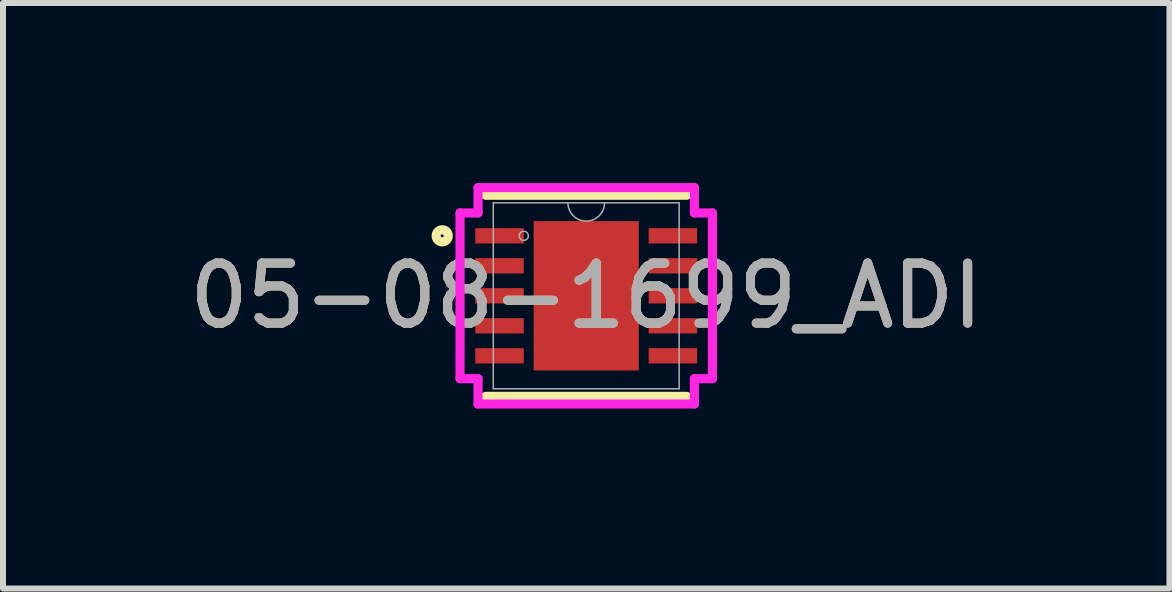
<source format=kicad_pcb>
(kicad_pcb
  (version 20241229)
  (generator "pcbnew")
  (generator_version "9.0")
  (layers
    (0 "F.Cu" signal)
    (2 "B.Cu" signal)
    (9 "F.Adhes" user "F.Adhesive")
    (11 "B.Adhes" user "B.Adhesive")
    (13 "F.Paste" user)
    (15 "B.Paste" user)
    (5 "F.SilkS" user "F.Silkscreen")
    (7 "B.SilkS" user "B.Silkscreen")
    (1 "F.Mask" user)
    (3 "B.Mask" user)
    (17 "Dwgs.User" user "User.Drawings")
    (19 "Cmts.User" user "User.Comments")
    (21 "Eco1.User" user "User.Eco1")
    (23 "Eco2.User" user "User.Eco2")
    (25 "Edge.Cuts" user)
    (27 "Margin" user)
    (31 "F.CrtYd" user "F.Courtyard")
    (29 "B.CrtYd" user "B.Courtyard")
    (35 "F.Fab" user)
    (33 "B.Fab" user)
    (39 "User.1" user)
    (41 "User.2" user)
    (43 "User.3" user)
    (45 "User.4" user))
  (footprint "05-08-1699_ADI"
    (layer "F.Cu")
    (at 6.72 1.88)
    (property "Reference" "05-08-1699_ADI" (at 0 0 0) (unlocked yes) (layer "F.SilkS") (effects (font (size 1 1) (thickness 0.15))))
    (attr smd)
    (fp_line (start -1.676 1.676) (end 1.676 1.676) (stroke (width 0.152) (type solid)) (layer "F.SilkS"))
    (fp_line (start 1.676 -1.676) (end -1.676 -1.676) (stroke (width 0.152) (type solid)) (layer "F.SilkS"))
    (fp_circle (center -2.4 -1) (end -2.299 -1) (stroke (width 0.152) (type solid)) (fill no) (layer "F.SilkS"))
    (fp_line (start -2.103 -1.381) (end -1.803 -1.381) (stroke (width 0.152) (type solid)) (layer "F.CrtYd"))
    (fp_line (start -2.103 1.381) (end -2.103 -1.381) (stroke (width 0.152) (type solid)) (layer "F.CrtYd"))
    (fp_line (start -2.103 1.381) (end -1.803 1.381) (stroke (width 0.152) (type solid)) (layer "F.CrtYd"))
    (fp_line (start -1.803 -1.803) (end 1.803 -1.803) (stroke (width 0.152) (type solid)) (layer "F.CrtYd"))
    (fp_line (start -1.803 -1.381) (end -1.803 -1.803) (stroke (width 0.152) (type solid)) (layer "F.CrtYd"))
    (fp_line (start -1.803 1.803) (end -1.803 1.381) (stroke (width 0.152) (type solid)) (layer "F.CrtYd"))
    (fp_line (start 1.803 -1.803) (end 1.803 -1.381) (stroke (width 0.152) (type solid)) (layer "F.CrtYd"))
    (fp_line (start 1.803 1.381) (end 1.803 1.803) (stroke (width 0.152) (type solid)) (layer "F.CrtYd"))
    (fp_line (start 1.803 1.803) (end -1.803 1.803) (stroke (width 0.152) (type solid)) (layer "F.CrtYd"))
    (fp_line (start 2.103 -1.381) (end 1.803 -1.381) (stroke (width 0.152) (type solid)) (layer "F.CrtYd"))
    (fp_line (start 2.103 -1.381) (end 2.103 1.381) (stroke (width 0.152) (type solid)) (layer "F.CrtYd"))
    (fp_line (start 2.103 1.381) (end 1.803 1.381) (stroke (width 0.152) (type solid)) (layer "F.CrtYd"))
    (fp_line (start -1.549 -1.549) (end -1.549 1.549) (stroke (width 0.025) (type solid)) (layer "F.Fab"))
    (fp_line (start -1.549 1.549) (end 1.549 1.549) (stroke (width 0.025) (type solid)) (layer "F.Fab"))
    (fp_line (start 1.549 -1.549) (end -1.549 -1.549) (stroke (width 0.025) (type solid)) (layer "F.Fab"))
    (fp_line (start 1.549 1.549) (end 1.549 -1.549) (stroke (width 0.025) (type solid)) (layer "F.Fab"))
    (fp_arc (start 0.3048 -1.5494) (mid 0 -1.2446) (end -0.3048 -1.5494) (stroke (width 0.0254) (type solid)) (layer "F.Fab"))
    (fp_circle (center -1.041 -1) (end -0.965 -1) (stroke (width 0.025) (type solid)) (fill no) (layer "F.Fab"))
    (fp_text user "${REFERENCE}" (at 0 0 0) (unlocked yes) (layer "F.Fab") (effects (font (size 1 1) (thickness 0.15))))
    (pad "1" smd rect (at -1.445 -1) (size 0.808 0.255) (layers "F.Cu" "F.Mask" "F.Paste"))
    (pad "2" smd rect (at -1.445 -0.5) (size 0.808 0.255) (layers "F.Cu" "F.Mask" "F.Paste"))
    (pad "3" smd rect (at -1.445 0) (size 0.808 0.255) (layers "F.Cu" "F.Mask" "F.Paste"))
    (pad "4" smd rect (at -1.445 0.5) (size 0.808 0.255) (layers "F.Cu" "F.Mask" "F.Paste"))
    (pad "5" smd rect (at -1.445 1) (size 0.808 0.255) (layers "F.Cu" "F.Mask" "F.Paste"))
    (pad "6" smd rect (at 1.445 1) (size 0.808 0.255) (layers "F.Cu" "F.Mask" "F.Paste"))
    (pad "7" smd rect (at 1.445 0.5) (size 0.808 0.255) (layers "F.Cu" "F.Mask" "F.Paste"))
    (pad "8" smd rect (at 1.445 0) (size 0.808 0.255) (layers "F.Cu" "F.Mask" "F.Paste"))
    (pad "9" smd rect (at 1.445 -0.5) (size 0.808 0.255) (layers "F.Cu" "F.Mask" "F.Paste"))
    (pad "10" smd rect (at 1.445 -1) (size 0.808 0.255) (layers "F.Cu" "F.Mask" "F.Paste"))
    (pad "11" smd rect (at 0 0) (size 1.753 2.489) (layers "F.Cu" "F.Mask" "F.Paste")))
  (gr_rect
    (start -3 -3)
    (end 16.44 6.759)
    (stroke (width 0.1) (type default))
    (fill no)
    (layer "Edge.Cuts")))
</source>
